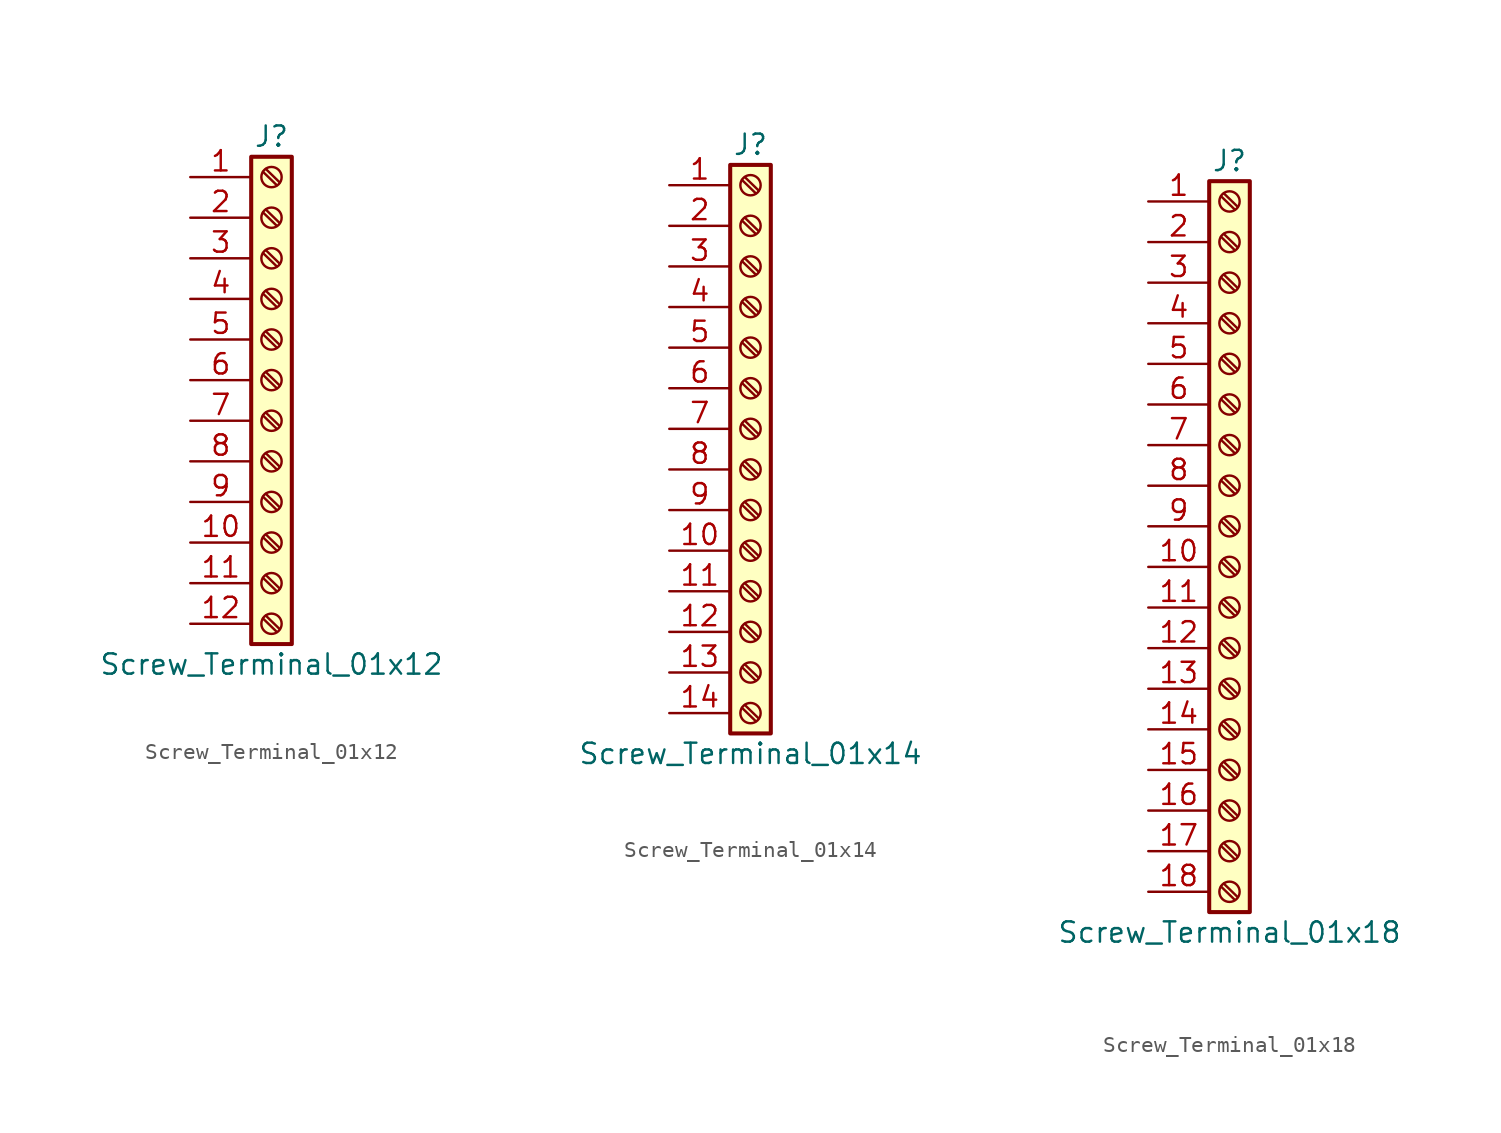
<source format=kicad_sym>
(kicad_symbol_lib
  (version 20211014)
  (generator kicad_symbol_editor)
  (symbol "Screw_Terminal_01x12"
    (pin_names
      (offset 1.016) hide)
    (property "Reference" "J"
      (at 0 15.24 0)
      (effects (font (size 1.27 1.27))))
    (property "Value" "Screw_Terminal_01x12"
      (at 0 -17.78 0)
      (effects (font (size 1.27 1.27))))
    (symbol "Screw_Terminal_01x12_1_1"
      (rectangle (start -1.27 13.97) (end 1.27 -16.51) (stroke (width 0.254) (type default) (color 0 0 0 0)) (fill (type background)))
      (circle (center 0 -15.24) (radius 0.635) (stroke (width 0.152) (type default) (color 0 0 0 0)) (fill (type none)))
      (circle (center 0 -12.7) (radius 0.635) (stroke (width 0.152) (type default) (color 0 0 0 0)) (fill (type none)))
      (circle (center 0 -10.16) (radius 0.635) (stroke (width 0.152) (type default) (color 0 0 0 0)) (fill (type none)))
      (circle (center 0 -7.62) (radius 0.635) (stroke (width 0.152) (type default) (color 0 0 0 0)) (fill (type none)))
      (circle (center 0 -5.08) (radius 0.635) (stroke (width 0.152) (type default) (color 0 0 0 0)) (fill (type none)))
      (circle (center 0 -2.54) (radius 0.635) (stroke (width 0.152) (type default) (color 0 0 0 0)) (fill (type none)))
      (polyline (pts (xy -0.533 -14.91) (xy 0.33 -15.748)) (stroke (width 0.152) (type default) (color 0 0 0 0)) (fill (type none)))
      (polyline (pts (xy -0.533 -12.37) (xy 0.33 -13.208)) (stroke (width 0.152) (type default) (color 0 0 0 0)) (fill (type none)))
      (polyline (pts (xy -0.533 -9.83) (xy 0.33 -10.668)) (stroke (width 0.152) (type default) (color 0 0 0 0)) (fill (type none)))
      (polyline (pts (xy -0.533 -7.29) (xy 0.33 -8.128)) (stroke (width 0.152) (type default) (color 0 0 0 0)) (fill (type none)))
      (polyline (pts (xy -0.533 -4.75) (xy 0.33 -5.588)) (stroke (width 0.152) (type default) (color 0 0 0 0)) (fill (type none)))
      (polyline (pts (xy -0.533 -2.21) (xy 0.33 -3.048)) (stroke (width 0.152) (type default) (color 0 0 0 0)) (fill (type none)))
      (polyline (pts (xy -0.533 0.33) (xy 0.33 -0.508)) (stroke (width 0.152) (type default) (color 0 0 0 0)) (fill (type none)))
      (polyline (pts (xy -0.533 2.87) (xy 0.33 2.032)) (stroke (width 0.152) (type default) (color 0 0 0 0)) (fill (type none)))
      (polyline (pts (xy -0.533 5.41) (xy 0.33 4.572)) (stroke (width 0.152) (type default) (color 0 0 0 0)) (fill (type none)))
      (polyline (pts (xy -0.533 7.95) (xy 0.33 7.112)) (stroke (width 0.152) (type default) (color 0 0 0 0)) (fill (type none)))
      (polyline (pts (xy -0.533 10.49) (xy 0.33 9.652)) (stroke (width 0.152) (type default) (color 0 0 0 0)) (fill (type none)))
      (polyline (pts (xy -0.533 13.03) (xy 0.33 12.192)) (stroke (width 0.152) (type default) (color 0 0 0 0)) (fill (type none)))
      (polyline (pts (xy -0.356 -14.732) (xy 0.508 -15.57)) (stroke (width 0.152) (type default) (color 0 0 0 0)) (fill (type none)))
      (polyline (pts (xy -0.356 -12.192) (xy 0.508 -13.03)) (stroke (width 0.152) (type default) (color 0 0 0 0)) (fill (type none)))
      (polyline (pts (xy -0.356 -9.652) (xy 0.508 -10.49)) (stroke (width 0.152) (type default) (color 0 0 0 0)) (fill (type none)))
      (polyline (pts (xy -0.356 -7.112) (xy 0.508 -7.95)) (stroke (width 0.152) (type default) (color 0 0 0 0)) (fill (type none)))
      (polyline (pts (xy -0.356 -4.572) (xy 0.508 -5.41)) (stroke (width 0.152) (type default) (color 0 0 0 0)) (fill (type none)))
      (polyline (pts (xy -0.356 -2.032) (xy 0.508 -2.87)) (stroke (width 0.152) (type default) (color 0 0 0 0)) (fill (type none)))
      (polyline (pts (xy -0.356 0.508) (xy 0.508 -0.33)) (stroke (width 0.152) (type default) (color 0 0 0 0)) (fill (type none)))
      (polyline (pts (xy -0.356 3.048) (xy 0.508 2.21)) (stroke (width 0.152) (type default) (color 0 0 0 0)) (fill (type none)))
      (polyline (pts (xy -0.356 5.588) (xy 0.508 4.75)) (stroke (width 0.152) (type default) (color 0 0 0 0)) (fill (type none)))
      (polyline (pts (xy -0.356 8.128) (xy 0.508 7.29)) (stroke (width 0.152) (type default) (color 0 0 0 0)) (fill (type none)))
      (polyline (pts (xy -0.356 10.668) (xy 0.508 9.83)) (stroke (width 0.152) (type default) (color 0 0 0 0)) (fill (type none)))
      (polyline (pts (xy -0.356 13.208) (xy 0.508 12.37)) (stroke (width 0.152) (type default) (color 0 0 0 0)) (fill (type none)))
      (circle (center 0 0) (radius 0.635) (stroke (width 0.152) (type default) (color 0 0 0 0)) (fill (type none)))
      (circle (center 0 2.54) (radius 0.635) (stroke (width 0.152) (type default) (color 0 0 0 0)) (fill (type none)))
      (circle (center 0 5.08) (radius 0.635) (stroke (width 0.152) (type default) (color 0 0 0 0)) (fill (type none)))
      (circle (center 0 7.62) (radius 0.635) (stroke (width 0.152) (type default) (color 0 0 0 0)) (fill (type none)))
      (circle (center 0 10.16) (radius 0.635) (stroke (width 0.152) (type default) (color 0 0 0 0)) (fill (type none)))
      (circle (center 0 12.7) (radius 0.635) (stroke (width 0.152) (type default) (color 0 0 0 0)) (fill (type none)))
      (pin passive line (at -5.08 12.7 0) (length 3.81) (name "Pin_1" (effects (font (size 1.27 1.27)))) (number "1" (effects (font (size 1.27 1.27)))))
      (pin passive line (at -5.08 -10.16 0) (length 3.81) (name "Pin_10" (effects (font (size 1.27 1.27)))) (number "10" (effects (font (size 1.27 1.27)))))
      (pin passive line (at -5.08 -12.7 0) (length 3.81) (name "Pin_11" (effects (font (size 1.27 1.27)))) (number "11" (effects (font (size 1.27 1.27)))))
      (pin passive line (at -5.08 -15.24 0) (length 3.81) (name "Pin_12" (effects (font (size 1.27 1.27)))) (number "12" (effects (font (size 1.27 1.27)))))
      (pin passive line (at -5.08 10.16 0) (length 3.81) (name "Pin_2" (effects (font (size 1.27 1.27)))) (number "2" (effects (font (size 1.27 1.27)))))
      (pin passive line (at -5.08 7.62 0) (length 3.81) (name "Pin_3" (effects (font (size 1.27 1.27)))) (number "3" (effects (font (size 1.27 1.27)))))
      (pin passive line (at -5.08 5.08 0) (length 3.81) (name "Pin_4" (effects (font (size 1.27 1.27)))) (number "4" (effects (font (size 1.27 1.27)))))
      (pin passive line (at -5.08 2.54 0) (length 3.81) (name "Pin_5" (effects (font (size 1.27 1.27)))) (number "5" (effects (font (size 1.27 1.27)))))
      (pin passive line (at -5.08 0 0) (length 3.81) (name "Pin_6" (effects (font (size 1.27 1.27)))) (number "6" (effects (font (size 1.27 1.27)))))
      (pin passive line (at -5.08 -2.54 0) (length 3.81) (name "Pin_7" (effects (font (size 1.27 1.27)))) (number "7" (effects (font (size 1.27 1.27)))))
      (pin passive line (at -5.08 -5.08 0) (length 3.81) (name "Pin_8" (effects (font (size 1.27 1.27)))) (number "8" (effects (font (size 1.27 1.27)))))
      (pin passive line (at -5.08 -7.62 0) (length 3.81) (name "Pin_9" (effects (font (size 1.27 1.27)))) (number "9" (effects (font (size 1.27 1.27)))))))
  (symbol "Screw_Terminal_01x14"
    (pin_names
      (offset 1.016) hide)
    (property "Reference" "J"
      (at 0 17.78 0)
      (effects (font (size 1.27 1.27))))
    (property "Value" "Screw_Terminal_01x14"
      (at 0 -20.32 0)
      (effects (font (size 1.27 1.27))))
    (symbol "Screw_Terminal_01x14_1_1"
      (rectangle (start -1.27 16.51) (end 1.27 -19.05) (stroke (width 0.254) (type default) (color 0 0 0 0)) (fill (type background)))
      (circle (center 0 -17.78) (radius 0.635) (stroke (width 0.152) (type default) (color 0 0 0 0)) (fill (type none)))
      (circle (center 0 -15.24) (radius 0.635) (stroke (width 0.152) (type default) (color 0 0 0 0)) (fill (type none)))
      (circle (center 0 -12.7) (radius 0.635) (stroke (width 0.152) (type default) (color 0 0 0 0)) (fill (type none)))
      (circle (center 0 -10.16) (radius 0.635) (stroke (width 0.152) (type default) (color 0 0 0 0)) (fill (type none)))
      (circle (center 0 -7.62) (radius 0.635) (stroke (width 0.152) (type default) (color 0 0 0 0)) (fill (type none)))
      (circle (center 0 -5.08) (radius 0.635) (stroke (width 0.152) (type default) (color 0 0 0 0)) (fill (type none)))
      (circle (center 0 -2.54) (radius 0.635) (stroke (width 0.152) (type default) (color 0 0 0 0)) (fill (type none)))
      (polyline (pts (xy -0.533 -17.45) (xy 0.33 -18.288)) (stroke (width 0.152) (type default) (color 0 0 0 0)) (fill (type none)))
      (polyline (pts (xy -0.533 -14.91) (xy 0.33 -15.748)) (stroke (width 0.152) (type default) (color 0 0 0 0)) (fill (type none)))
      (polyline (pts (xy -0.533 -12.37) (xy 0.33 -13.208)) (stroke (width 0.152) (type default) (color 0 0 0 0)) (fill (type none)))
      (polyline (pts (xy -0.533 -9.83) (xy 0.33 -10.668)) (stroke (width 0.152) (type default) (color 0 0 0 0)) (fill (type none)))
      (polyline (pts (xy -0.533 -7.29) (xy 0.33 -8.128)) (stroke (width 0.152) (type default) (color 0 0 0 0)) (fill (type none)))
      (polyline (pts (xy -0.533 -4.75) (xy 0.33 -5.588)) (stroke (width 0.152) (type default) (color 0 0 0 0)) (fill (type none)))
      (polyline (pts (xy -0.533 -2.21) (xy 0.33 -3.048)) (stroke (width 0.152) (type default) (color 0 0 0 0)) (fill (type none)))
      (polyline (pts (xy -0.533 0.33) (xy 0.33 -0.508)) (stroke (width 0.152) (type default) (color 0 0 0 0)) (fill (type none)))
      (polyline (pts (xy -0.533 2.87) (xy 0.33 2.032)) (stroke (width 0.152) (type default) (color 0 0 0 0)) (fill (type none)))
      (polyline (pts (xy -0.533 5.41) (xy 0.33 4.572)) (stroke (width 0.152) (type default) (color 0 0 0 0)) (fill (type none)))
      (polyline (pts (xy -0.533 7.95) (xy 0.33 7.112)) (stroke (width 0.152) (type default) (color 0 0 0 0)) (fill (type none)))
      (polyline (pts (xy -0.533 10.49) (xy 0.33 9.652)) (stroke (width 0.152) (type default) (color 0 0 0 0)) (fill (type none)))
      (polyline (pts (xy -0.533 13.03) (xy 0.33 12.192)) (stroke (width 0.152) (type default) (color 0 0 0 0)) (fill (type none)))
      (polyline (pts (xy -0.533 15.57) (xy 0.33 14.732)) (stroke (width 0.152) (type default) (color 0 0 0 0)) (fill (type none)))
      (polyline (pts (xy -0.356 -17.272) (xy 0.508 -18.11)) (stroke (width 0.152) (type default) (color 0 0 0 0)) (fill (type none)))
      (polyline (pts (xy -0.356 -14.732) (xy 0.508 -15.57)) (stroke (width 0.152) (type default) (color 0 0 0 0)) (fill (type none)))
      (polyline (pts (xy -0.356 -12.192) (xy 0.508 -13.03)) (stroke (width 0.152) (type default) (color 0 0 0 0)) (fill (type none)))
      (polyline (pts (xy -0.356 -9.652) (xy 0.508 -10.49)) (stroke (width 0.152) (type default) (color 0 0 0 0)) (fill (type none)))
      (polyline (pts (xy -0.356 -7.112) (xy 0.508 -7.95)) (stroke (width 0.152) (type default) (color 0 0 0 0)) (fill (type none)))
      (polyline (pts (xy -0.356 -4.572) (xy 0.508 -5.41)) (stroke (width 0.152) (type default) (color 0 0 0 0)) (fill (type none)))
      (polyline (pts (xy -0.356 -2.032) (xy 0.508 -2.87)) (stroke (width 0.152) (type default) (color 0 0 0 0)) (fill (type none)))
      (polyline (pts (xy -0.356 0.508) (xy 0.508 -0.33)) (stroke (width 0.152) (type default) (color 0 0 0 0)) (fill (type none)))
      (polyline (pts (xy -0.356 3.048) (xy 0.508 2.21)) (stroke (width 0.152) (type default) (color 0 0 0 0)) (fill (type none)))
      (polyline (pts (xy -0.356 5.588) (xy 0.508 4.75)) (stroke (width 0.152) (type default) (color 0 0 0 0)) (fill (type none)))
      (polyline (pts (xy -0.356 8.128) (xy 0.508 7.29)) (stroke (width 0.152) (type default) (color 0 0 0 0)) (fill (type none)))
      (polyline (pts (xy -0.356 10.668) (xy 0.508 9.83)) (stroke (width 0.152) (type default) (color 0 0 0 0)) (fill (type none)))
      (polyline (pts (xy -0.356 13.208) (xy 0.508 12.37)) (stroke (width 0.152) (type default) (color 0 0 0 0)) (fill (type none)))
      (polyline (pts (xy -0.356 15.748) (xy 0.508 14.91)) (stroke (width 0.152) (type default) (color 0 0 0 0)) (fill (type none)))
      (circle (center 0 0) (radius 0.635) (stroke (width 0.152) (type default) (color 0 0 0 0)) (fill (type none)))
      (circle (center 0 2.54) (radius 0.635) (stroke (width 0.152) (type default) (color 0 0 0 0)) (fill (type none)))
      (circle (center 0 5.08) (radius 0.635) (stroke (width 0.152) (type default) (color 0 0 0 0)) (fill (type none)))
      (circle (center 0 7.62) (radius 0.635) (stroke (width 0.152) (type default) (color 0 0 0 0)) (fill (type none)))
      (circle (center 0 10.16) (radius 0.635) (stroke (width 0.152) (type default) (color 0 0 0 0)) (fill (type none)))
      (circle (center 0 12.7) (radius 0.635) (stroke (width 0.152) (type default) (color 0 0 0 0)) (fill (type none)))
      (circle (center 0 15.24) (radius 0.635) (stroke (width 0.152) (type default) (color 0 0 0 0)) (fill (type none)))
      (pin passive line (at -5.08 15.24 0) (length 3.81) (name "Pin_1" (effects (font (size 1.27 1.27)))) (number "1" (effects (font (size 1.27 1.27)))))
      (pin passive line (at -5.08 -7.62 0) (length 3.81) (name "Pin_10" (effects (font (size 1.27 1.27)))) (number "10" (effects (font (size 1.27 1.27)))))
      (pin passive line (at -5.08 -10.16 0) (length 3.81) (name "Pin_11" (effects (font (size 1.27 1.27)))) (number "11" (effects (font (size 1.27 1.27)))))
      (pin passive line (at -5.08 -12.7 0) (length 3.81) (name "Pin_12" (effects (font (size 1.27 1.27)))) (number "12" (effects (font (size 1.27 1.27)))))
      (pin passive line (at -5.08 -15.24 0) (length 3.81) (name "Pin_13" (effects (font (size 1.27 1.27)))) (number "13" (effects (font (size 1.27 1.27)))))
      (pin passive line (at -5.08 -17.78 0) (length 3.81) (name "Pin_14" (effects (font (size 1.27 1.27)))) (number "14" (effects (font (size 1.27 1.27)))))
      (pin passive line (at -5.08 12.7 0) (length 3.81) (name "Pin_2" (effects (font (size 1.27 1.27)))) (number "2" (effects (font (size 1.27 1.27)))))
      (pin passive line (at -5.08 10.16 0) (length 3.81) (name "Pin_3" (effects (font (size 1.27 1.27)))) (number "3" (effects (font (size 1.27 1.27)))))
      (pin passive line (at -5.08 7.62 0) (length 3.81) (name "Pin_4" (effects (font (size 1.27 1.27)))) (number "4" (effects (font (size 1.27 1.27)))))
      (pin passive line (at -5.08 5.08 0) (length 3.81) (name "Pin_5" (effects (font (size 1.27 1.27)))) (number "5" (effects (font (size 1.27 1.27)))))
      (pin passive line (at -5.08 2.54 0) (length 3.81) (name "Pin_6" (effects (font (size 1.27 1.27)))) (number "6" (effects (font (size 1.27 1.27)))))
      (pin passive line (at -5.08 0 0) (length 3.81) (name "Pin_7" (effects (font (size 1.27 1.27)))) (number "7" (effects (font (size 1.27 1.27)))))
      (pin passive line (at -5.08 -2.54 0) (length 3.81) (name "Pin_8" (effects (font (size 1.27 1.27)))) (number "8" (effects (font (size 1.27 1.27)))))
      (pin passive line (at -5.08 -5.08 0) (length 3.81) (name "Pin_9" (effects (font (size 1.27 1.27)))) (number "9" (effects (font (size 1.27 1.27)))))))
  (symbol "Screw_Terminal_01x18"
    (pin_names
      (offset 1.016) hide)
    (property "Reference" "J"
      (at 0 22.86 0)
      (effects (font (size 1.27 1.27))))
    (property "Value" "Screw_Terminal_01x18"
      (at 0 -25.4 0)
      (effects (font (size 1.27 1.27))))
    (symbol "Screw_Terminal_01x18_1_1"
      (rectangle (start -1.27 21.59) (end 1.27 -24.13) (stroke (width 0.254) (type default) (color 0 0 0 0)) (fill (type background)))
      (circle (center 0 -22.86) (radius 0.635) (stroke (width 0.152) (type default) (color 0 0 0 0)) (fill (type none)))
      (circle (center 0 -20.32) (radius 0.635) (stroke (width 0.152) (type default) (color 0 0 0 0)) (fill (type none)))
      (circle (center 0 -17.78) (radius 0.635) (stroke (width 0.152) (type default) (color 0 0 0 0)) (fill (type none)))
      (circle (center 0 -15.24) (radius 0.635) (stroke (width 0.152) (type default) (color 0 0 0 0)) (fill (type none)))
      (circle (center 0 -12.7) (radius 0.635) (stroke (width 0.152) (type default) (color 0 0 0 0)) (fill (type none)))
      (circle (center 0 -10.16) (radius 0.635) (stroke (width 0.152) (type default) (color 0 0 0 0)) (fill (type none)))
      (circle (center 0 -7.62) (radius 0.635) (stroke (width 0.152) (type default) (color 0 0 0 0)) (fill (type none)))
      (circle (center 0 -5.08) (radius 0.635) (stroke (width 0.152) (type default) (color 0 0 0 0)) (fill (type none)))
      (circle (center 0 -2.54) (radius 0.635) (stroke (width 0.152) (type default) (color 0 0 0 0)) (fill (type none)))
      (polyline (pts (xy -0.533 -22.53) (xy 0.33 -23.368)) (stroke (width 0.152) (type default) (color 0 0 0 0)) (fill (type none)))
      (polyline (pts (xy -0.533 -19.99) (xy 0.33 -20.828)) (stroke (width 0.152) (type default) (color 0 0 0 0)) (fill (type none)))
      (polyline (pts (xy -0.533 -17.45) (xy 0.33 -18.288)) (stroke (width 0.152) (type default) (color 0 0 0 0)) (fill (type none)))
      (polyline (pts (xy -0.533 -14.91) (xy 0.33 -15.748)) (stroke (width 0.152) (type default) (color 0 0 0 0)) (fill (type none)))
      (polyline (pts (xy -0.533 -12.37) (xy 0.33 -13.208)) (stroke (width 0.152) (type default) (color 0 0 0 0)) (fill (type none)))
      (polyline (pts (xy -0.533 -9.83) (xy 0.33 -10.668)) (stroke (width 0.152) (type default) (color 0 0 0 0)) (fill (type none)))
      (polyline (pts (xy -0.533 -7.29) (xy 0.33 -8.128)) (stroke (width 0.152) (type default) (color 0 0 0 0)) (fill (type none)))
      (polyline (pts (xy -0.533 -4.75) (xy 0.33 -5.588)) (stroke (width 0.152) (type default) (color 0 0 0 0)) (fill (type none)))
      (polyline (pts (xy -0.533 -2.21) (xy 0.33 -3.048)) (stroke (width 0.152) (type default) (color 0 0 0 0)) (fill (type none)))
      (polyline (pts (xy -0.533 0.33) (xy 0.33 -0.508)) (stroke (width 0.152) (type default) (color 0 0 0 0)) (fill (type none)))
      (polyline (pts (xy -0.533 2.87) (xy 0.33 2.032)) (stroke (width 0.152) (type default) (color 0 0 0 0)) (fill (type none)))
      (polyline (pts (xy -0.533 5.41) (xy 0.33 4.572)) (stroke (width 0.152) (type default) (color 0 0 0 0)) (fill (type none)))
      (polyline (pts (xy -0.533 7.95) (xy 0.33 7.112)) (stroke (width 0.152) (type default) (color 0 0 0 0)) (fill (type none)))
      (polyline (pts (xy -0.533 10.49) (xy 0.33 9.652)) (stroke (width 0.152) (type default) (color 0 0 0 0)) (fill (type none)))
      (polyline (pts (xy -0.533 13.03) (xy 0.33 12.192)) (stroke (width 0.152) (type default) (color 0 0 0 0)) (fill (type none)))
      (polyline (pts (xy -0.533 15.57) (xy 0.33 14.732)) (stroke (width 0.152) (type default) (color 0 0 0 0)) (fill (type none)))
      (polyline (pts (xy -0.533 18.11) (xy 0.33 17.272)) (stroke (width 0.152) (type default) (color 0 0 0 0)) (fill (type none)))
      (polyline (pts (xy -0.533 20.65) (xy 0.33 19.812)) (stroke (width 0.152) (type default) (color 0 0 0 0)) (fill (type none)))
      (polyline (pts (xy -0.356 -22.352) (xy 0.508 -23.19)) (stroke (width 0.152) (type default) (color 0 0 0 0)) (fill (type none)))
      (polyline (pts (xy -0.356 -19.812) (xy 0.508 -20.65)) (stroke (width 0.152) (type default) (color 0 0 0 0)) (fill (type none)))
      (polyline (pts (xy -0.356 -17.272) (xy 0.508 -18.11)) (stroke (width 0.152) (type default) (color 0 0 0 0)) (fill (type none)))
      (polyline (pts (xy -0.356 -14.732) (xy 0.508 -15.57)) (stroke (width 0.152) (type default) (color 0 0 0 0)) (fill (type none)))
      (polyline (pts (xy -0.356 -12.192) (xy 0.508 -13.03)) (stroke (width 0.152) (type default) (color 0 0 0 0)) (fill (type none)))
      (polyline (pts (xy -0.356 -9.652) (xy 0.508 -10.49)) (stroke (width 0.152) (type default) (color 0 0 0 0)) (fill (type none)))
      (polyline (pts (xy -0.356 -7.112) (xy 0.508 -7.95)) (stroke (width 0.152) (type default) (color 0 0 0 0)) (fill (type none)))
      (polyline (pts (xy -0.356 -4.572) (xy 0.508 -5.41)) (stroke (width 0.152) (type default) (color 0 0 0 0)) (fill (type none)))
      (polyline (pts (xy -0.356 -2.032) (xy 0.508 -2.87)) (stroke (width 0.152) (type default) (color 0 0 0 0)) (fill (type none)))
      (polyline (pts (xy -0.356 0.508) (xy 0.508 -0.33)) (stroke (width 0.152) (type default) (color 0 0 0 0)) (fill (type none)))
      (polyline (pts (xy -0.356 3.048) (xy 0.508 2.21)) (stroke (width 0.152) (type default) (color 0 0 0 0)) (fill (type none)))
      (polyline (pts (xy -0.356 5.588) (xy 0.508 4.75)) (stroke (width 0.152) (type default) (color 0 0 0 0)) (fill (type none)))
      (polyline (pts (xy -0.356 8.128) (xy 0.508 7.29)) (stroke (width 0.152) (type default) (color 0 0 0 0)) (fill (type none)))
      (polyline (pts (xy -0.356 10.668) (xy 0.508 9.83)) (stroke (width 0.152) (type default) (color 0 0 0 0)) (fill (type none)))
      (polyline (pts (xy -0.356 13.208) (xy 0.508 12.37)) (stroke (width 0.152) (type default) (color 0 0 0 0)) (fill (type none)))
      (polyline (pts (xy -0.356 15.748) (xy 0.508 14.91)) (stroke (width 0.152) (type default) (color 0 0 0 0)) (fill (type none)))
      (polyline (pts (xy -0.356 18.288) (xy 0.508 17.45)) (stroke (width 0.152) (type default) (color 0 0 0 0)) (fill (type none)))
      (polyline (pts (xy -0.356 20.828) (xy 0.508 19.99)) (stroke (width 0.152) (type default) (color 0 0 0 0)) (fill (type none)))
      (circle (center 0 0) (radius 0.635) (stroke (width 0.152) (type default) (color 0 0 0 0)) (fill (type none)))
      (circle (center 0 2.54) (radius 0.635) (stroke (width 0.152) (type default) (color 0 0 0 0)) (fill (type none)))
      (circle (center 0 5.08) (radius 0.635) (stroke (width 0.152) (type default) (color 0 0 0 0)) (fill (type none)))
      (circle (center 0 7.62) (radius 0.635) (stroke (width 0.152) (type default) (color 0 0 0 0)) (fill (type none)))
      (circle (center 0 10.16) (radius 0.635) (stroke (width 0.152) (type default) (color 0 0 0 0)) (fill (type none)))
      (circle (center 0 12.7) (radius 0.635) (stroke (width 0.152) (type default) (color 0 0 0 0)) (fill (type none)))
      (circle (center 0 15.24) (radius 0.635) (stroke (width 0.152) (type default) (color 0 0 0 0)) (fill (type none)))
      (circle (center 0 17.78) (radius 0.635) (stroke (width 0.152) (type default) (color 0 0 0 0)) (fill (type none)))
      (circle (center 0 20.32) (radius 0.635) (stroke (width 0.152) (type default) (color 0 0 0 0)) (fill (type none)))
      (pin passive line (at -5.08 20.32 0) (length 3.81) (name "Pin_1" (effects (font (size 1.27 1.27)))) (number "1" (effects (font (size 1.27 1.27)))))
      (pin passive line (at -5.08 -2.54 0) (length 3.81) (name "Pin_10" (effects (font (size 1.27 1.27)))) (number "10" (effects (font (size 1.27 1.27)))))
      (pin passive line (at -5.08 -5.08 0) (length 3.81) (name "Pin_11" (effects (font (size 1.27 1.27)))) (number "11" (effects (font (size 1.27 1.27)))))
      (pin passive line (at -5.08 -7.62 0) (length 3.81) (name "Pin_12" (effects (font (size 1.27 1.27)))) (number "12" (effects (font (size 1.27 1.27)))))
      (pin passive line (at -5.08 -10.16 0) (length 3.81) (name "Pin_13" (effects (font (size 1.27 1.27)))) (number "13" (effects (font (size 1.27 1.27)))))
      (pin passive line (at -5.08 -12.7 0) (length 3.81) (name "Pin_14" (effects (font (size 1.27 1.27)))) (number "14" (effects (font (size 1.27 1.27)))))
      (pin passive line (at -5.08 -15.24 0) (length 3.81) (name "Pin_15" (effects (font (size 1.27 1.27)))) (number "15" (effects (font (size 1.27 1.27)))))
      (pin passive line (at -5.08 -17.78 0) (length 3.81) (name "Pin_16" (effects (font (size 1.27 1.27)))) (number "16" (effects (font (size 1.27 1.27)))))
      (pin passive line (at -5.08 -20.32 0) (length 3.81) (name "Pin_17" (effects (font (size 1.27 1.27)))) (number "17" (effects (font (size 1.27 1.27)))))
      (pin passive line (at -5.08 -22.86 0) (length 3.81) (name "Pin_18" (effects (font (size 1.27 1.27)))) (number "18" (effects (font (size 1.27 1.27)))))
      (pin passive line (at -5.08 17.78 0) (length 3.81) (name "Pin_2" (effects (font (size 1.27 1.27)))) (number "2" (effects (font (size 1.27 1.27)))))
      (pin passive line (at -5.08 15.24 0) (length 3.81) (name "Pin_3" (effects (font (size 1.27 1.27)))) (number "3" (effects (font (size 1.27 1.27)))))
      (pin passive line (at -5.08 12.7 0) (length 3.81) (name "Pin_4" (effects (font (size 1.27 1.27)))) (number "4" (effects (font (size 1.27 1.27)))))
      (pin passive line (at -5.08 10.16 0) (length 3.81) (name "Pin_5" (effects (font (size 1.27 1.27)))) (number "5" (effects (font (size 1.27 1.27)))))
      (pin passive line (at -5.08 7.62 0) (length 3.81) (name "Pin_6" (effects (font (size 1.27 1.27)))) (number "6" (effects (font (size 1.27 1.27)))))
      (pin passive line (at -5.08 5.08 0) (length 3.81) (name "Pin_7" (effects (font (size 1.27 1.27)))) (number "7" (effects (font (size 1.27 1.27)))))
      (pin passive line (at -5.08 2.54 0) (length 3.81) (name "Pin_8" (effects (font (size 1.27 1.27)))) (number "8" (effects (font (size 1.27 1.27)))))
      (pin passive line (at -5.08 0 0) (length 3.81) (name "Pin_9" (effects (font (size 1.27 1.27)))) (number "9" (effects (font (size 1.27 1.27))))))))
</source>
